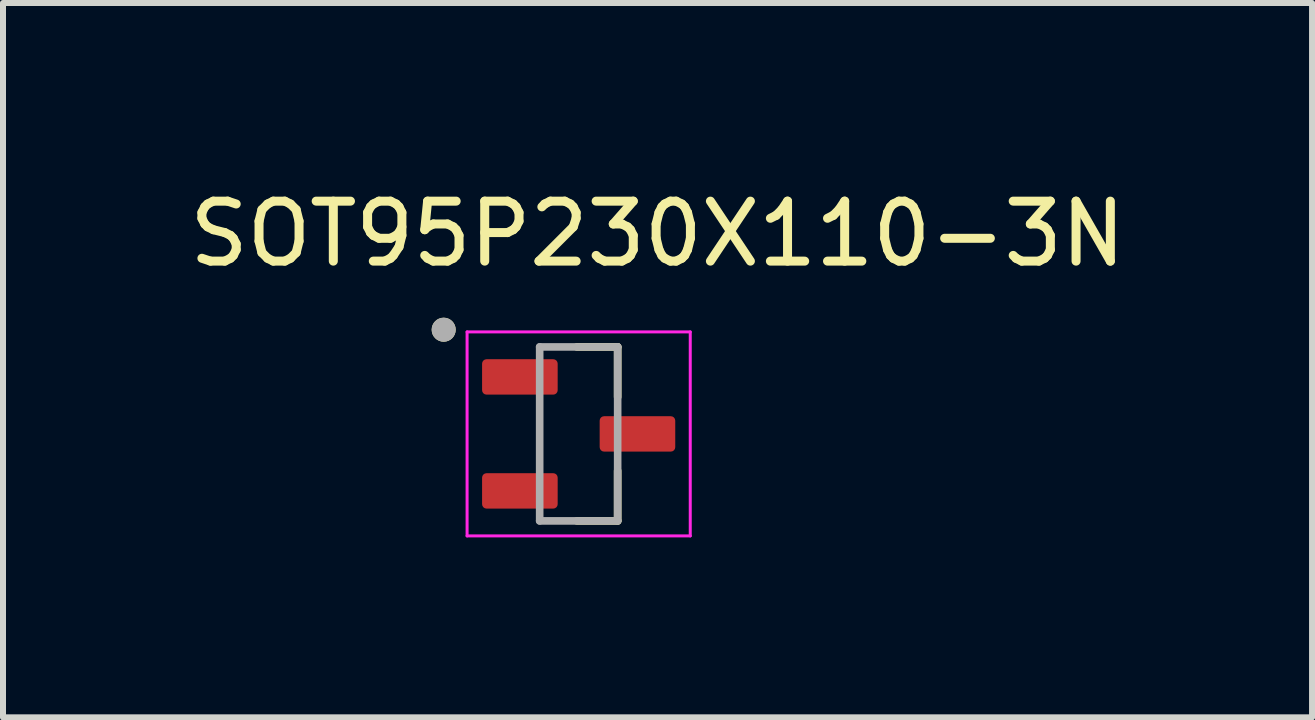
<source format=kicad_pcb>
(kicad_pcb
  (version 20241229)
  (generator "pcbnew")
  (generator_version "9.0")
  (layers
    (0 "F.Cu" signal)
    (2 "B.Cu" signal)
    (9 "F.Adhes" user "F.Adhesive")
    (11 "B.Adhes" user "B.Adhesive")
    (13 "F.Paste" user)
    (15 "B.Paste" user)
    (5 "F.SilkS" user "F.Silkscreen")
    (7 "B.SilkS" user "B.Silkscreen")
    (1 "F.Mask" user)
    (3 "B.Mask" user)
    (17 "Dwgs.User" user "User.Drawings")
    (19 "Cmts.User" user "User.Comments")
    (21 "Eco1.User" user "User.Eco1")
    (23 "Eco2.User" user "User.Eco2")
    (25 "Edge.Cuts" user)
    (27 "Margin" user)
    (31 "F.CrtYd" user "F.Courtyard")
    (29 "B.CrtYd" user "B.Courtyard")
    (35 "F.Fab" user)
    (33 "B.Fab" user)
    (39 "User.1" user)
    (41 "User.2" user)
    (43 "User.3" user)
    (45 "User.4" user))
  (footprint "SOT95P230X110-3N"
    (layer "F.Cu")
    (at 6.596 4.183)
    (property "Reference" "SOT95P230X110-3N" (at 1.315 -3.335 0) (layer "F.SilkS") (effects (font (size 1 1) (thickness 0.15))))
    (attr smd)
    (fp_line (start -0.03 -1.45) (end 0.65 -1.45) (stroke (width 0.127) (type solid)) (layer "F.SilkS"))
    (fp_line (start 0.65 -1.45) (end 0.65 -0.615) (stroke (width 0.127) (type solid)) (layer "F.SilkS"))
    (fp_line (start 0.65 1.45) (end -0.03 1.45) (stroke (width 0.127) (type solid)) (layer "F.SilkS"))
    (fp_line (start 0.65 1.45) (end 0.65 0.615) (stroke (width 0.127) (type solid)) (layer "F.SilkS"))
    (fp_circle (center -2.25 -1.737) (end -2.15 -1.737) (stroke (width 0.2) (type solid)) (fill no) (layer "F.SilkS"))
    (fp_line (start -1.86 -1.7) (end -1.86 1.7) (stroke (width 0.05) (type solid)) (layer "F.CrtYd"))
    (fp_line (start -1.86 1.7) (end 1.86 1.7) (stroke (width 0.05) (type solid)) (layer "F.CrtYd"))
    (fp_line (start 1.86 -1.7) (end -1.86 -1.7) (stroke (width 0.05) (type solid)) (layer "F.CrtYd"))
    (fp_line (start 1.86 1.7) (end 1.86 -1.7) (stroke (width 0.05) (type solid)) (layer "F.CrtYd"))
    (fp_line (start -0.65 -1.45) (end 0.65 -1.45) (stroke (width 0.127) (type solid)) (layer "F.Fab"))
    (fp_line (start -0.65 1.45) (end -0.65 -1.45) (stroke (width 0.127) (type solid)) (layer "F.Fab"))
    (fp_line (start 0.65 -1.45) (end 0.65 1.45) (stroke (width 0.127) (type solid)) (layer "F.Fab"))
    (fp_line (start 0.65 1.45) (end -0.65 1.45) (stroke (width 0.127) (type solid)) (layer "F.Fab"))
    (fp_circle (center -2.25 -1.737) (end -2.15 -1.737) (stroke (width 0.2) (type solid)) (fill no) (layer "F.Fab"))
    (pad "1" smd roundrect (at -0.98 -0.95) (size 1.26 0.59) (layers "F.Cu" "F.Mask" "F.Paste") (roundrect_rratio 0.125))
    (pad "2" smd roundrect (at -0.98 0.95) (size 1.26 0.59) (layers "F.Cu" "F.Mask" "F.Paste") (roundrect_rratio 0.125))
    (pad "3" smd roundrect (at 0.98 0) (size 1.26 0.59) (layers "F.Cu" "F.Mask" "F.Paste") (roundrect_rratio 0.125)))
  (gr_rect
    (start -3 -3)
    (end 18.821 8.908)
    (stroke (width 0.1) (type default))
    (fill no)
    (layer "Edge.Cuts")))
</source>
